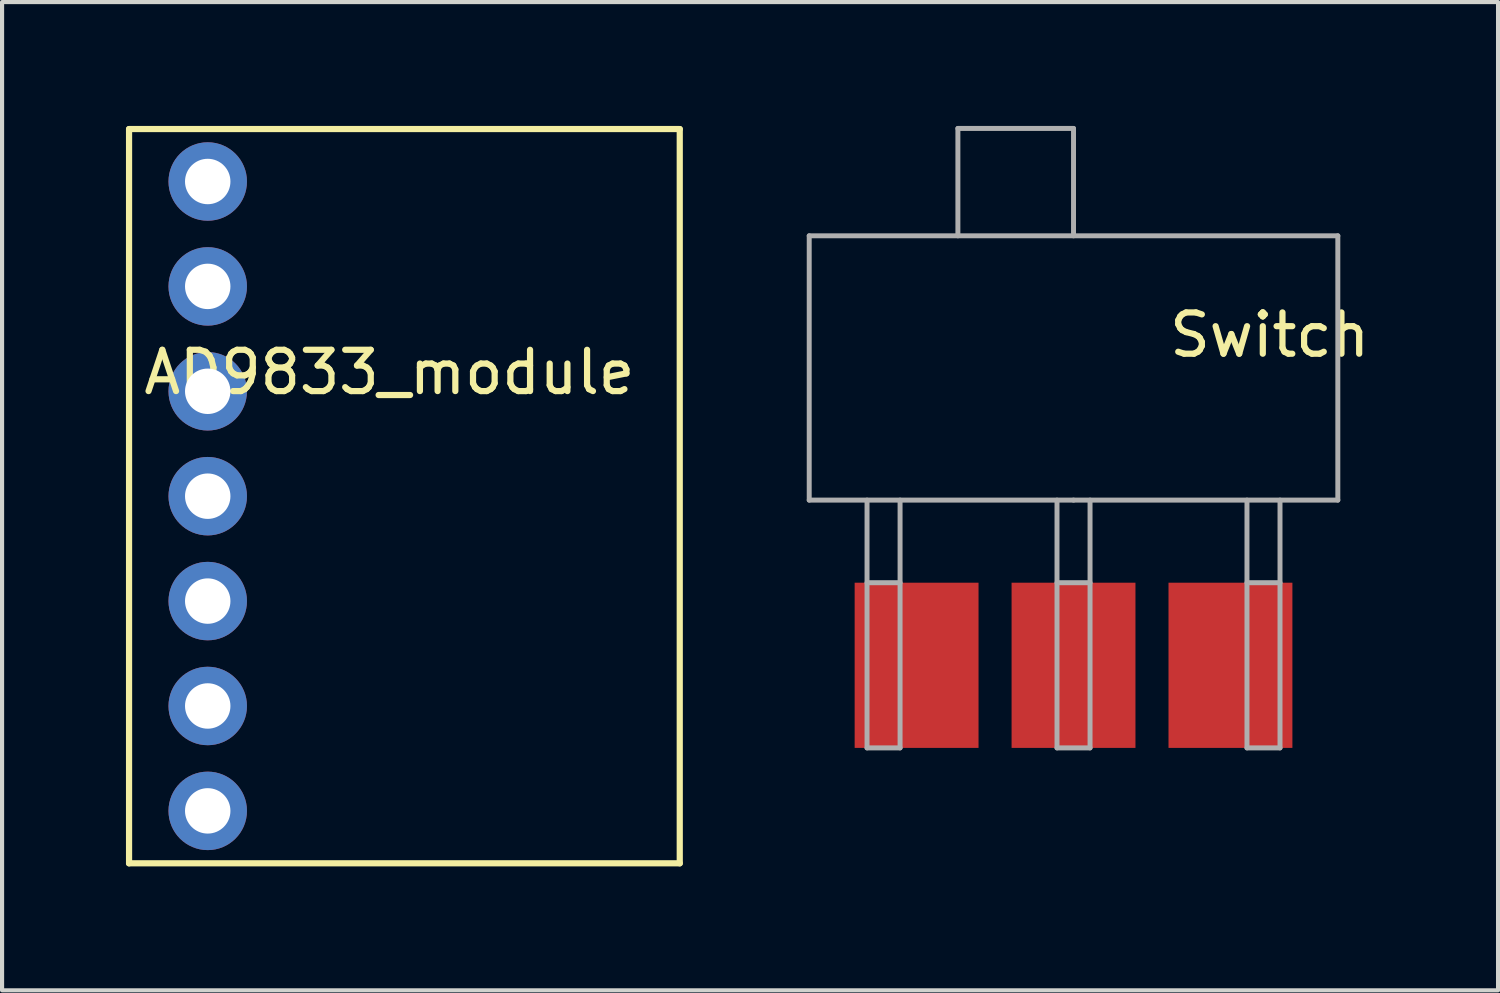
<source format=kicad_pcb>
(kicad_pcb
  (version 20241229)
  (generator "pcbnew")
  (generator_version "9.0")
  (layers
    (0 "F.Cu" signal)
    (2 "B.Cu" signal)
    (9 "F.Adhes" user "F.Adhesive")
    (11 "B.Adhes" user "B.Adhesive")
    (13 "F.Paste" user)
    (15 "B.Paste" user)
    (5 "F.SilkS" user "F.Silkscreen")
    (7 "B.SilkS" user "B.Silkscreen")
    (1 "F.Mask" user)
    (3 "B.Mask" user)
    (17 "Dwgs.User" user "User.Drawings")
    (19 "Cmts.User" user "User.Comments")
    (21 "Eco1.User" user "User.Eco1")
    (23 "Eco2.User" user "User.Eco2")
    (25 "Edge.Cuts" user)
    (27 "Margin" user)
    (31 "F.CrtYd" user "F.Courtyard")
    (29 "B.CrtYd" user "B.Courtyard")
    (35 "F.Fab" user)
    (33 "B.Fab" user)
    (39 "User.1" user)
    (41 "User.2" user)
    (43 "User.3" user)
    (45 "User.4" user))
  (footprint "AD9833_module"
    (layer "F.Cu")
    (at 1.98 8.965)
    (property "Reference" "AD9833_module" (at 4.4 -3 0) (layer "F.SilkS") (effects (font (size 1 1) (thickness 0.15))))
    (attr through_hole)
    (fp_line (start -1.905 -8.89) (end 11.43 -8.89) (stroke (width 0.15) (type solid)) (layer "F.SilkS"))
    (fp_line (start -1.905 8.89) (end -1.905 -8.89) (stroke (width 0.15) (type solid)) (layer "F.SilkS"))
    (fp_line (start 11.43 -8.89) (end 11.43 8.89) (stroke (width 0.15) (type solid)) (layer "F.SilkS"))
    (fp_line (start 11.43 8.89) (end -1.905 8.89) (stroke (width 0.15) (type solid)) (layer "F.SilkS"))
    (pad "1" thru_hole circle (at 0 -7.62) (size 1.9 1.9) (drill 1.1) (layers "*.Cu" "*.Mask"))
    (pad "2" thru_hole circle (at 0 -5.08) (size 1.9 1.9) (drill 1.1) (layers "*.Cu" "*.Mask"))
    (pad "3" thru_hole circle (at 0 -2.54) (size 1.9 1.9) (drill 1.1) (layers "*.Cu" "*.Mask"))
    (pad "4" thru_hole circle (at 0 0) (size 1.9 1.9) (drill 1.1) (layers "*.Cu" "*.Mask"))
    (pad "5" thru_hole circle (at 0 2.54) (size 1.9 1.9) (drill 1.1) (layers "*.Cu" "*.Mask"))
    (pad "6" thru_hole circle (at 0 5.08) (size 1.9 1.9) (drill 1.1) (layers "*.Cu" "*.Mask"))
    (pad "7" thru_hole circle (at 0 7.62) (size 1.9 1.9) (drill 1.1) (layers "*.Cu" "*.Mask")))
  (footprint "Switch"
    (layer "F.Cu")
    (at 22.945 9.06)
    (property "Reference" "Switch" (at 4.75 -4 0) (layer "F.SilkS") (effects (font (size 1 1) (thickness 0.15))))
    (attr through_hole)
    (fp_line (start -6.4 -6.4) (end 6.4 -6.4) (stroke (width 0.12) (type solid)) (layer "F.Fab"))
    (fp_line (start -6.4 0) (end -6.4 -6.4) (stroke (width 0.12) (type solid)) (layer "F.Fab"))
    (fp_line (start -5 0) (end -5 6) (stroke (width 0.12) (type solid)) (layer "F.Fab"))
    (fp_line (start -5 2) (end -4.2 2) (stroke (width 0.12) (type solid)) (layer "F.Fab"))
    (fp_line (start -5 6) (end -4.2 6) (stroke (width 0.12) (type solid)) (layer "F.Fab"))
    (fp_line (start -4.2 6) (end -4.2 0) (stroke (width 0.12) (type solid)) (layer "F.Fab"))
    (fp_line (start -2.8 -9) (end 0 -9) (stroke (width 0.12) (type solid)) (layer "F.Fab"))
    (fp_line (start -2.8 -6.4) (end -2.8 -9) (stroke (width 0.12) (type solid)) (layer "F.Fab"))
    (fp_line (start -0.4 0) (end -0.4 6) (stroke (width 0.12) (type solid)) (layer "F.Fab"))
    (fp_line (start -0.4 2) (end 0.4 2) (stroke (width 0.12) (type solid)) (layer "F.Fab"))
    (fp_line (start -0.4 6) (end 0.4 6) (stroke (width 0.12) (type solid)) (layer "F.Fab"))
    (fp_line (start 0 -9) (end 0 -6.4) (stroke (width 0.12) (type solid)) (layer "F.Fab"))
    (fp_line (start 0 0) (end -6.4 0) (stroke (width 0.12) (type solid)) (layer "F.Fab"))
    (fp_line (start 0.4 6) (end 0.4 0) (stroke (width 0.12) (type solid)) (layer "F.Fab"))
    (fp_line (start 4.2 2) (end 5 2) (stroke (width 0.12) (type solid)) (layer "F.Fab"))
    (fp_line (start 4.2 6) (end 4.2 0) (stroke (width 0.12) (type solid)) (layer "F.Fab"))
    (fp_line (start 5 0) (end 5 6) (stroke (width 0.12) (type solid)) (layer "F.Fab"))
    (fp_line (start 5 6) (end 4.2 6) (stroke (width 0.12) (type solid)) (layer "F.Fab"))
    (fp_line (start 6.4 -6.4) (end 6.4 0) (stroke (width 0.12) (type solid)) (layer "F.Fab"))
    (fp_line (start 6.4 0) (end 0 0) (stroke (width 0.12) (type solid)) (layer "F.Fab"))
    (pad "1" smd rect (at -3.8 4) (size 3 4) (layers "F.Cu" "F.Mask" "F.Paste"))
    (pad "2" smd rect (at 0 4) (size 3 4) (layers "F.Cu" "F.Mask" "F.Paste"))
    (pad "3" smd rect (at 3.8 4) (size 3 4) (layers "F.Cu" "F.Mask" "F.Paste")))
  (gr_rect
    (start -3 -3)
    (end 33.225 20.93)
    (stroke (width 0.1) (type default))
    (fill no)
    (layer "Edge.Cuts")))
</source>
